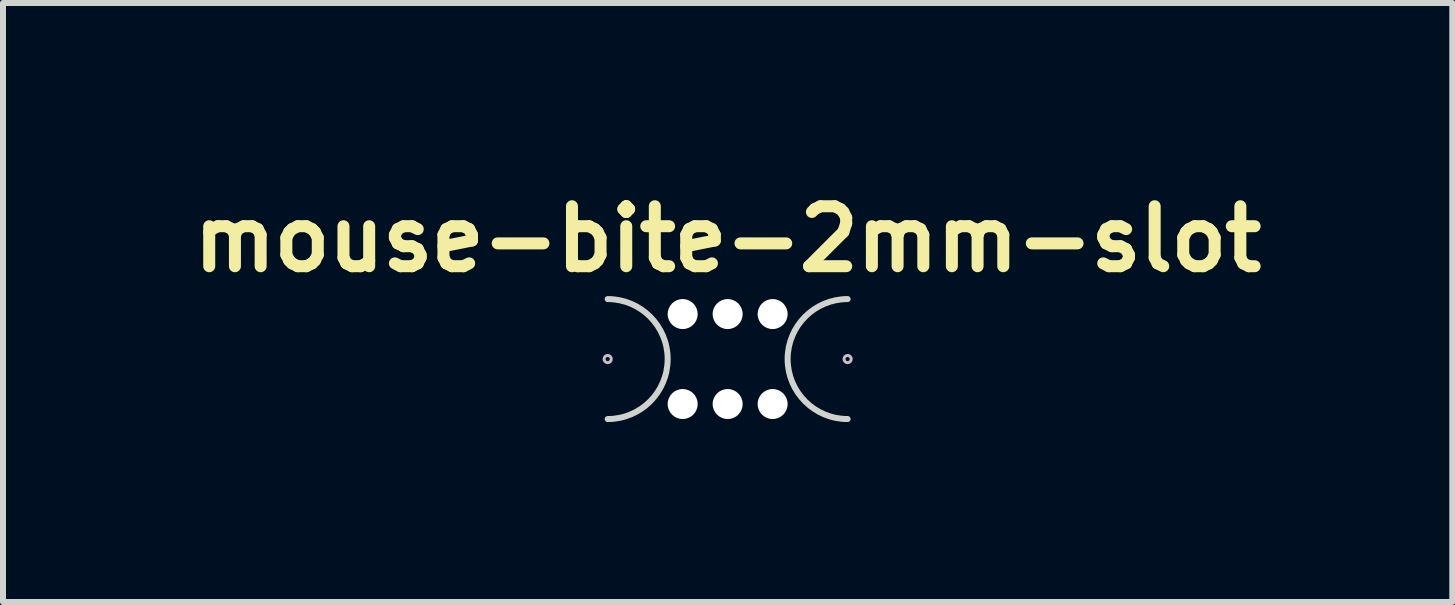
<source format=kicad_pcb>
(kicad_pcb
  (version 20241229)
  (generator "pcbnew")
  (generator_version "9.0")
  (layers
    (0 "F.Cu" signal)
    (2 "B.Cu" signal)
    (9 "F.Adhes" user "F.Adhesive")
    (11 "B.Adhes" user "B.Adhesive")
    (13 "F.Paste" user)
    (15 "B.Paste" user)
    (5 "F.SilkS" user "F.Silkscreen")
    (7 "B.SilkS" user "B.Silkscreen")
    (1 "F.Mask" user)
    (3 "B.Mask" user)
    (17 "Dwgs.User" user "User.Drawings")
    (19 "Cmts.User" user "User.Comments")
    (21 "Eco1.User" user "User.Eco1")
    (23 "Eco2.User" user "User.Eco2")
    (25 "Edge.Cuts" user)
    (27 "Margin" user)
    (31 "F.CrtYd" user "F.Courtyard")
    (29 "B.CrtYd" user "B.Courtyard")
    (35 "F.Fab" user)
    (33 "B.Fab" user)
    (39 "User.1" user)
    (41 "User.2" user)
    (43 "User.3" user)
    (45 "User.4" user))
  (footprint "mouse-bite-2mm-slot"
    (layer "F.Cu")
    (at 9.081 2.936)
    (property "Reference" "mouse-bite-2mm-slot" (at 0 -2 0) (layer "F.SilkS") (effects (font (size 1 1) (thickness 0.2))))
    (attr through_hole)
    (fp_circle (center -2 0) (end -2 -0.06) (stroke (width 0.05) (type solid)) (fill no) (layer "Dwgs.User"))
    (fp_circle (center 2 0) (end 2.06 0) (stroke (width 0.05) (type solid)) (fill no) (layer "Dwgs.User"))
    (fp_line (start -2 0) (end -2 0) (stroke (width 2) (type solid)) (layer "Eco1.User"))
    (fp_line (start 2 0) (end 2 0) (stroke (width 2) (type solid)) (layer "Eco1.User"))
    (fp_arc (start -2 -1) (mid -1 0) (end -2 1) (stroke (width 0.1) (type solid)) (layer "Edge.Cuts"))
    (fp_arc (start 2 1) (mid 1 0) (end 2 -1) (stroke (width 0.1) (type solid)) (layer "Edge.Cuts"))
    (pad "" np_thru_hole circle (at -0.75 -0.75) (size 0.5 0.5) (drill 0.5) (layers "*.Cu" "*.Mask"))
    (pad "" np_thru_hole circle (at -0.75 0.75) (size 0.5 0.5) (drill 0.5) (layers "*.Cu" "*.Mask"))
    (pad "" np_thru_hole circle (at 0 -0.75) (size 0.5 0.5) (drill 0.5) (layers "*.Cu" "*.Mask"))
    (pad "" np_thru_hole circle (at 0 0.75) (size 0.5 0.5) (drill 0.5) (layers "*.Cu" "*.Mask"))
    (pad "" np_thru_hole circle (at 0.75 -0.75) (size 0.5 0.5) (drill 0.5) (layers "*.Cu" "*.Mask"))
    (pad "" np_thru_hole circle (at 0.75 0.75) (size 0.5 0.5) (drill 0.5) (layers "*.Cu" "*.Mask")))
  (gr_rect
    (start -3 -3)
    (end 21.162 6.986)
    (stroke (width 0.1) (type default))
    (fill no)
    (layer "Edge.Cuts")))
</source>
